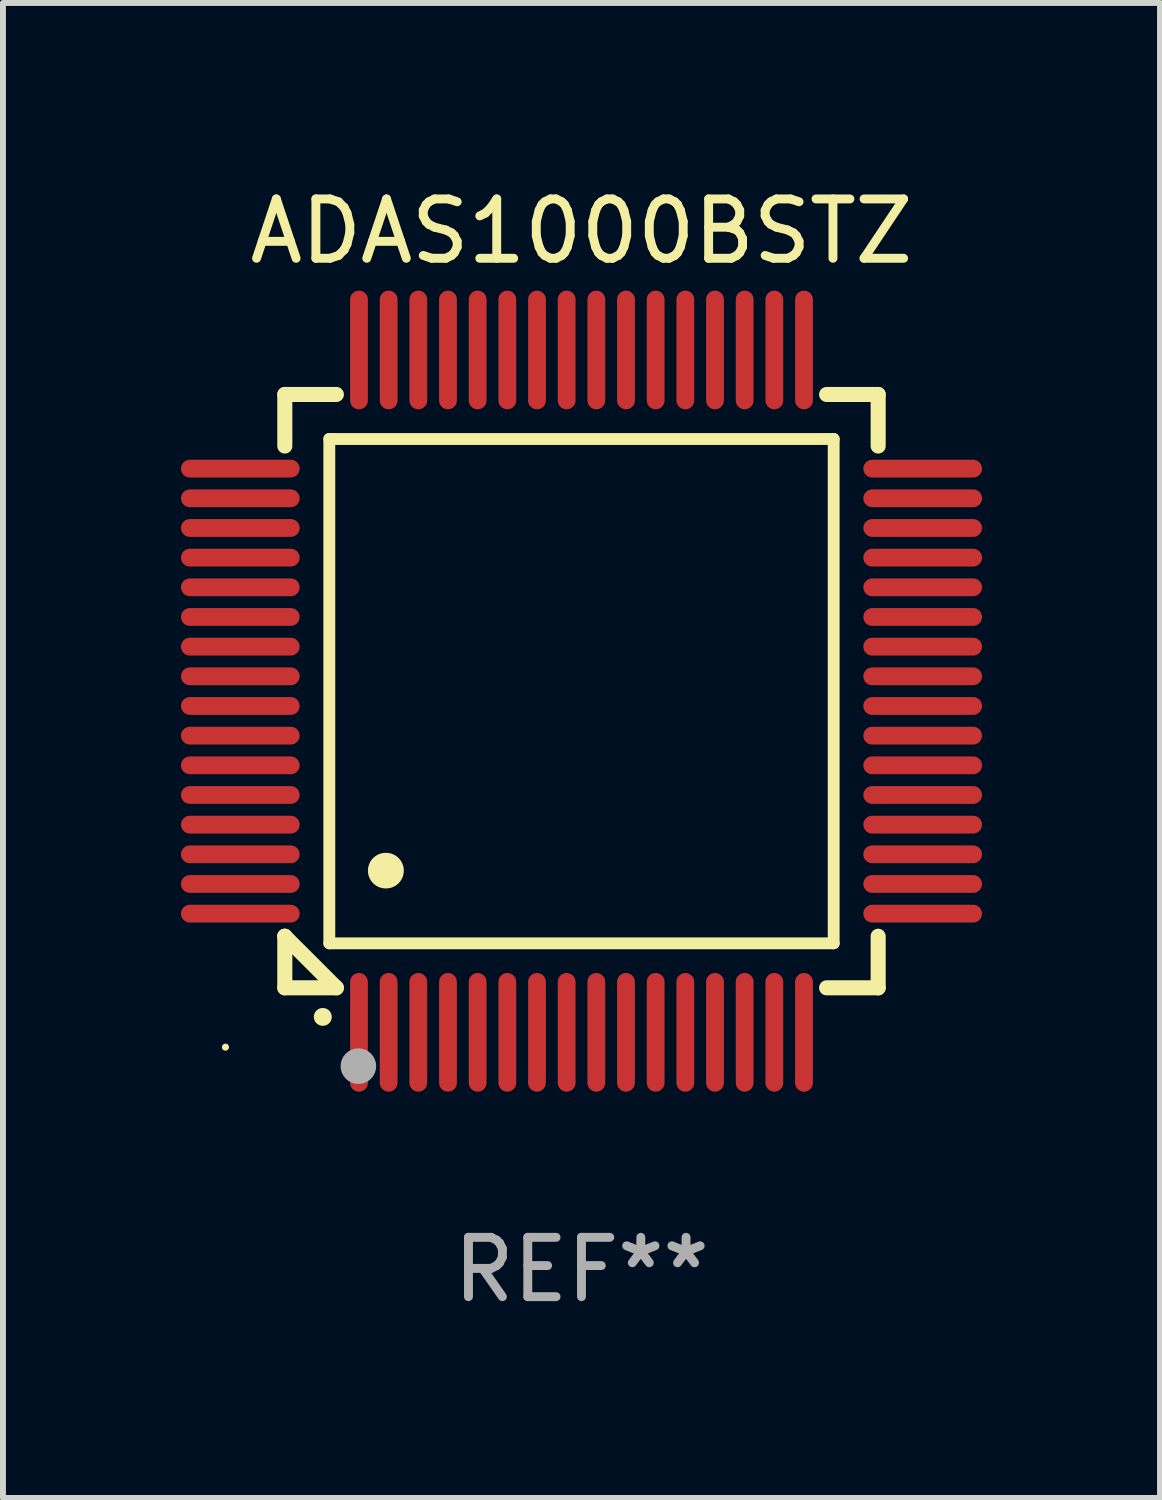
<source format=kicad_pcb>
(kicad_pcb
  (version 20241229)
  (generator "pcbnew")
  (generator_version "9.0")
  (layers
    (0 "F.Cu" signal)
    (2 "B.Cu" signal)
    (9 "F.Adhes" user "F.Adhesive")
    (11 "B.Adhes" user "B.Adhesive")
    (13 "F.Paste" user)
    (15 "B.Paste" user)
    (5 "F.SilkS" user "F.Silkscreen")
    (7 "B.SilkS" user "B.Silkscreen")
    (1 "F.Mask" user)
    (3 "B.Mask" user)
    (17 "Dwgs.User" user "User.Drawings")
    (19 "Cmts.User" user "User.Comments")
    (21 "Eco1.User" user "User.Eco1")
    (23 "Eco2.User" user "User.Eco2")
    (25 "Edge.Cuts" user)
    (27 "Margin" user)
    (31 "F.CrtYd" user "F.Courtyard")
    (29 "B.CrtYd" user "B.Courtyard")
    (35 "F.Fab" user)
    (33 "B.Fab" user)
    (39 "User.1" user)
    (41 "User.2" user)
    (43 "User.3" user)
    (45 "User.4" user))
  (footprint "ADAS1000BSTZ"
    (layer "F.Cu")
    (at 6.75 8.598)
    (property "Reference" "ADAS1000BSTZ" (at 0 -7.75 0) (layer "F.SilkS") (effects (font (size 1 1) (thickness 0.15))))
    (attr through_hole)
    (fp_line (start -5 -5) (end -4.131 -5) (stroke (width 0.254) (type solid)) (layer "F.SilkS"))
    (fp_line (start -5 -4.131) (end -5 -5) (stroke (width 0.254) (type solid)) (layer "F.SilkS"))
    (fp_line (start -5 4.131) (end -5 4.131) (stroke (width 0.254) (type solid)) (layer "F.SilkS"))
    (fp_line (start -5 5) (end -5 4.131) (stroke (width 0.254) (type solid)) (layer "F.SilkS"))
    (fp_line (start -5 4.131) (end -4.131 5) (stroke (width 0.254) (type solid)) (layer "F.SilkS"))
    (fp_line (start -4.25 -4.25) (end -4.25 4.25) (stroke (width 0.2) (type solid)) (layer "F.SilkS"))
    (fp_line (start -4.25 4.25) (end 4.25 4.25) (stroke (width 0.2) (type solid)) (layer "F.SilkS"))
    (fp_line (start -4.131 5) (end -5 5) (stroke (width 0.254) (type solid)) (layer "F.SilkS"))
    (fp_line (start 4.25 -4.25) (end -4.25 -4.25) (stroke (width 0.2) (type solid)) (layer "F.SilkS"))
    (fp_line (start 4.25 4.25) (end 4.25 -4.25) (stroke (width 0.2) (type solid)) (layer "F.SilkS"))
    (fp_line (start 5 -5) (end 4.131 -5) (stroke (width 0.254) (type solid)) (layer "F.SilkS"))
    (fp_line (start 5 -5) (end 5 -4.131) (stroke (width 0.254) (type solid)) (layer "F.SilkS"))
    (fp_line (start 5 4.131) (end 5 5) (stroke (width 0.254) (type solid)) (layer "F.SilkS"))
    (fp_line (start 5 5) (end 4.131 5) (stroke (width 0.254) (type solid)) (layer "F.SilkS"))
    (fp_arc (start -4.361265 5.489992) (mid -4.359995 5.489987) (end -4.358725 5.489992) (stroke (width 0.3) (type solid)) (layer "F.SilkS"))
    (fp_arc (start -3.299467 3.025146) (mid -3.296927 3.025135) (end -3.294387 3.025146) (stroke (width 0.6) (type solid)) (layer "F.SilkS"))
    (fp_circle (center -6 6) (end -5.97 6) (stroke (width 0.06) (type solid)) (fill no) (layer "F.SilkS"))
    (fp_circle (center -3.76 6.32) (end -3.61 6.32) (stroke (width 0.3) (type solid)) (fill no) (layer "F.Fab"))
    (fp_text user "REF**" (at 0 9.75 0) (layer "F.Fab") (effects (font (size 1 1) (thickness 0.15))))
    (pad "1" smd oval (at -3.75 5.75) (size 0.3 2) (layers "F.Cu" "F.Mask" "F.Paste"))
    (pad "2" smd oval (at -3.25 5.75) (size 0.3 2) (layers "F.Cu" "F.Mask" "F.Paste"))
    (pad "3" smd oval (at -2.75 5.75) (size 0.3 2) (layers "F.Cu" "F.Mask" "F.Paste"))
    (pad "4" smd oval (at -2.25 5.75) (size 0.3 2) (layers "F.Cu" "F.Mask" "F.Paste"))
    (pad "5" smd oval (at -1.75 5.75) (size 0.3 2) (layers "F.Cu" "F.Mask" "F.Paste"))
    (pad "6" smd oval (at -1.25 5.75) (size 0.3 2) (layers "F.Cu" "F.Mask" "F.Paste"))
    (pad "7" smd oval (at -0.75 5.75) (size 0.3 2) (layers "F.Cu" "F.Mask" "F.Paste"))
    (pad "8" smd oval (at -0.25 5.75) (size 0.3 2) (layers "F.Cu" "F.Mask" "F.Paste"))
    (pad "9" smd oval (at 0.25 5.75) (size 0.3 2) (layers "F.Cu" "F.Mask" "F.Paste"))
    (pad "10" smd oval (at 0.75 5.75) (size 0.3 2) (layers "F.Cu" "F.Mask" "F.Paste"))
    (pad "11" smd oval (at 1.25 5.75) (size 0.3 2) (layers "F.Cu" "F.Mask" "F.Paste"))
    (pad "12" smd oval (at 1.75 5.75) (size 0.3 2) (layers "F.Cu" "F.Mask" "F.Paste"))
    (pad "13" smd oval (at 2.25 5.75) (size 0.3 2) (layers "F.Cu" "F.Mask" "F.Paste"))
    (pad "14" smd oval (at 2.75 5.75) (size 0.3 2) (layers "F.Cu" "F.Mask" "F.Paste"))
    (pad "15" smd oval (at 3.25 5.75) (size 0.3 2) (layers "F.Cu" "F.Mask" "F.Paste"))
    (pad "16" smd oval (at 3.75 5.75) (size 0.3 2) (layers "F.Cu" "F.Mask" "F.Paste"))
    (pad "17" smd oval (at 5.75 3.75) (size 2 0.3) (layers "F.Cu" "F.Mask" "F.Paste"))
    (pad "18" smd oval (at 5.75 3.25) (size 2 0.3) (layers "F.Cu" "F.Mask" "F.Paste"))
    (pad "19" smd oval (at 5.75 2.75) (size 2 0.3) (layers "F.Cu" "F.Mask" "F.Paste"))
    (pad "20" smd oval (at 5.75 2.25) (size 2 0.3) (layers "F.Cu" "F.Mask" "F.Paste"))
    (pad "21" smd oval (at 5.75 1.75) (size 2 0.3) (layers "F.Cu" "F.Mask" "F.Paste"))
    (pad "22" smd oval (at 5.75 1.25) (size 2 0.3) (layers "F.Cu" "F.Mask" "F.Paste"))
    (pad "23" smd oval (at 5.75 0.75) (size 2 0.3) (layers "F.Cu" "F.Mask" "F.Paste"))
    (pad "24" smd oval (at 5.75 0.25) (size 2 0.3) (layers "F.Cu" "F.Mask" "F.Paste"))
    (pad "25" smd oval (at 5.75 -0.25) (size 2 0.3) (layers "F.Cu" "F.Mask" "F.Paste"))
    (pad "26" smd oval (at 5.75 -0.75) (size 2 0.3) (layers "F.Cu" "F.Mask" "F.Paste"))
    (pad "27" smd oval (at 5.75 -1.25) (size 2 0.3) (layers "F.Cu" "F.Mask" "F.Paste"))
    (pad "28" smd oval (at 5.75 -1.75) (size 2 0.3) (layers "F.Cu" "F.Mask" "F.Paste"))
    (pad "29" smd oval (at 5.75 -2.25) (size 2 0.3) (layers "F.Cu" "F.Mask" "F.Paste"))
    (pad "30" smd oval (at 5.75 -2.75) (size 2 0.3) (layers "F.Cu" "F.Mask" "F.Paste"))
    (pad "31" smd oval (at 5.75 -3.25) (size 2 0.3) (layers "F.Cu" "F.Mask" "F.Paste"))
    (pad "32" smd oval (at 5.75 -3.75) (size 2 0.3) (layers "F.Cu" "F.Mask" "F.Paste"))
    (pad "33" smd oval (at 3.75 -5.75) (size 0.3 2) (layers "F.Cu" "F.Mask" "F.Paste"))
    (pad "34" smd oval (at 3.25 -5.75) (size 0.3 2) (layers "F.Cu" "F.Mask" "F.Paste"))
    (pad "35" smd oval (at 2.75 -5.75) (size 0.3 2) (layers "F.Cu" "F.Mask" "F.Paste"))
    (pad "36" smd oval (at 2.25 -5.75) (size 0.3 2) (layers "F.Cu" "F.Mask" "F.Paste"))
    (pad "37" smd oval (at 1.75 -5.75) (size 0.3 2) (layers "F.Cu" "F.Mask" "F.Paste"))
    (pad "38" smd oval (at 1.25 -5.75) (size 0.3 2) (layers "F.Cu" "F.Mask" "F.Paste"))
    (pad "39" smd oval (at 0.75 -5.75) (size 0.3 2) (layers "F.Cu" "F.Mask" "F.Paste"))
    (pad "40" smd oval (at 0.25 -5.75) (size 0.3 2) (layers "F.Cu" "F.Mask" "F.Paste"))
    (pad "41" smd oval (at -0.25 -5.75) (size 0.3 2) (layers "F.Cu" "F.Mask" "F.Paste"))
    (pad "42" smd oval (at -0.75 -5.75) (size 0.3 2) (layers "F.Cu" "F.Mask" "F.Paste"))
    (pad "43" smd oval (at -1.25 -5.75) (size 0.3 2) (layers "F.Cu" "F.Mask" "F.Paste"))
    (pad "44" smd oval (at -1.75 -5.75) (size 0.3 2) (layers "F.Cu" "F.Mask" "F.Paste"))
    (pad "45" smd oval (at -2.25 -5.75) (size 0.3 2) (layers "F.Cu" "F.Mask" "F.Paste"))
    (pad "46" smd oval (at -2.75 -5.75) (size 0.3 2) (layers "F.Cu" "F.Mask" "F.Paste"))
    (pad "47" smd oval (at -3.25 -5.75) (size 0.3 2) (layers "F.Cu" "F.Mask" "F.Paste"))
    (pad "48" smd oval (at -3.75 -5.75) (size 0.3 2) (layers "F.Cu" "F.Mask" "F.Paste"))
    (pad "49" smd oval (at -5.75 -3.75) (size 2 0.3) (layers "F.Cu" "F.Mask" "F.Paste"))
    (pad "50" smd oval (at -5.75 -3.25) (size 2 0.3) (layers "F.Cu" "F.Mask" "F.Paste"))
    (pad "51" smd oval (at -5.75 -2.75) (size 2 0.3) (layers "F.Cu" "F.Mask" "F.Paste"))
    (pad "52" smd oval (at -5.75 -2.25) (size 2 0.3) (layers "F.Cu" "F.Mask" "F.Paste"))
    (pad "53" smd oval (at -5.75 -1.75) (size 2 0.3) (layers "F.Cu" "F.Mask" "F.Paste"))
    (pad "54" smd oval (at -5.75 -1.25) (size 2 0.3) (layers "F.Cu" "F.Mask" "F.Paste"))
    (pad "55" smd oval (at -5.75 -0.75) (size 2 0.3) (layers "F.Cu" "F.Mask" "F.Paste"))
    (pad "56" smd oval (at -5.75 -0.25) (size 2 0.3) (layers "F.Cu" "F.Mask" "F.Paste"))
    (pad "57" smd oval (at -5.75 0.25) (size 2 0.3) (layers "F.Cu" "F.Mask" "F.Paste"))
    (pad "58" smd oval (at -5.75 0.75) (size 2 0.3) (layers "F.Cu" "F.Mask" "F.Paste"))
    (pad "59" smd oval (at -5.75 1.25) (size 2 0.3) (layers "F.Cu" "F.Mask" "F.Paste"))
    (pad "60" smd oval (at -5.75 1.75) (size 2 0.3) (layers "F.Cu" "F.Mask" "F.Paste"))
    (pad "61" smd oval (at -5.75 2.25) (size 2 0.3) (layers "F.Cu" "F.Mask" "F.Paste"))
    (pad "62" smd oval (at -5.75 2.75) (size 2 0.3) (layers "F.Cu" "F.Mask" "F.Paste"))
    (pad "63" smd oval (at -5.75 3.25) (size 2 0.3) (layers "F.Cu" "F.Mask" "F.Paste"))
    (pad "64" smd oval (at -5.75 3.75) (size 2 0.3) (layers "F.Cu" "F.Mask" "F.Paste")))
  (gr_rect
    (start -3 -3)
    (end 16.5 22.196)
    (stroke (width 0.1) (type default))
    (fill no)
    (layer "Edge.Cuts")))
</source>
